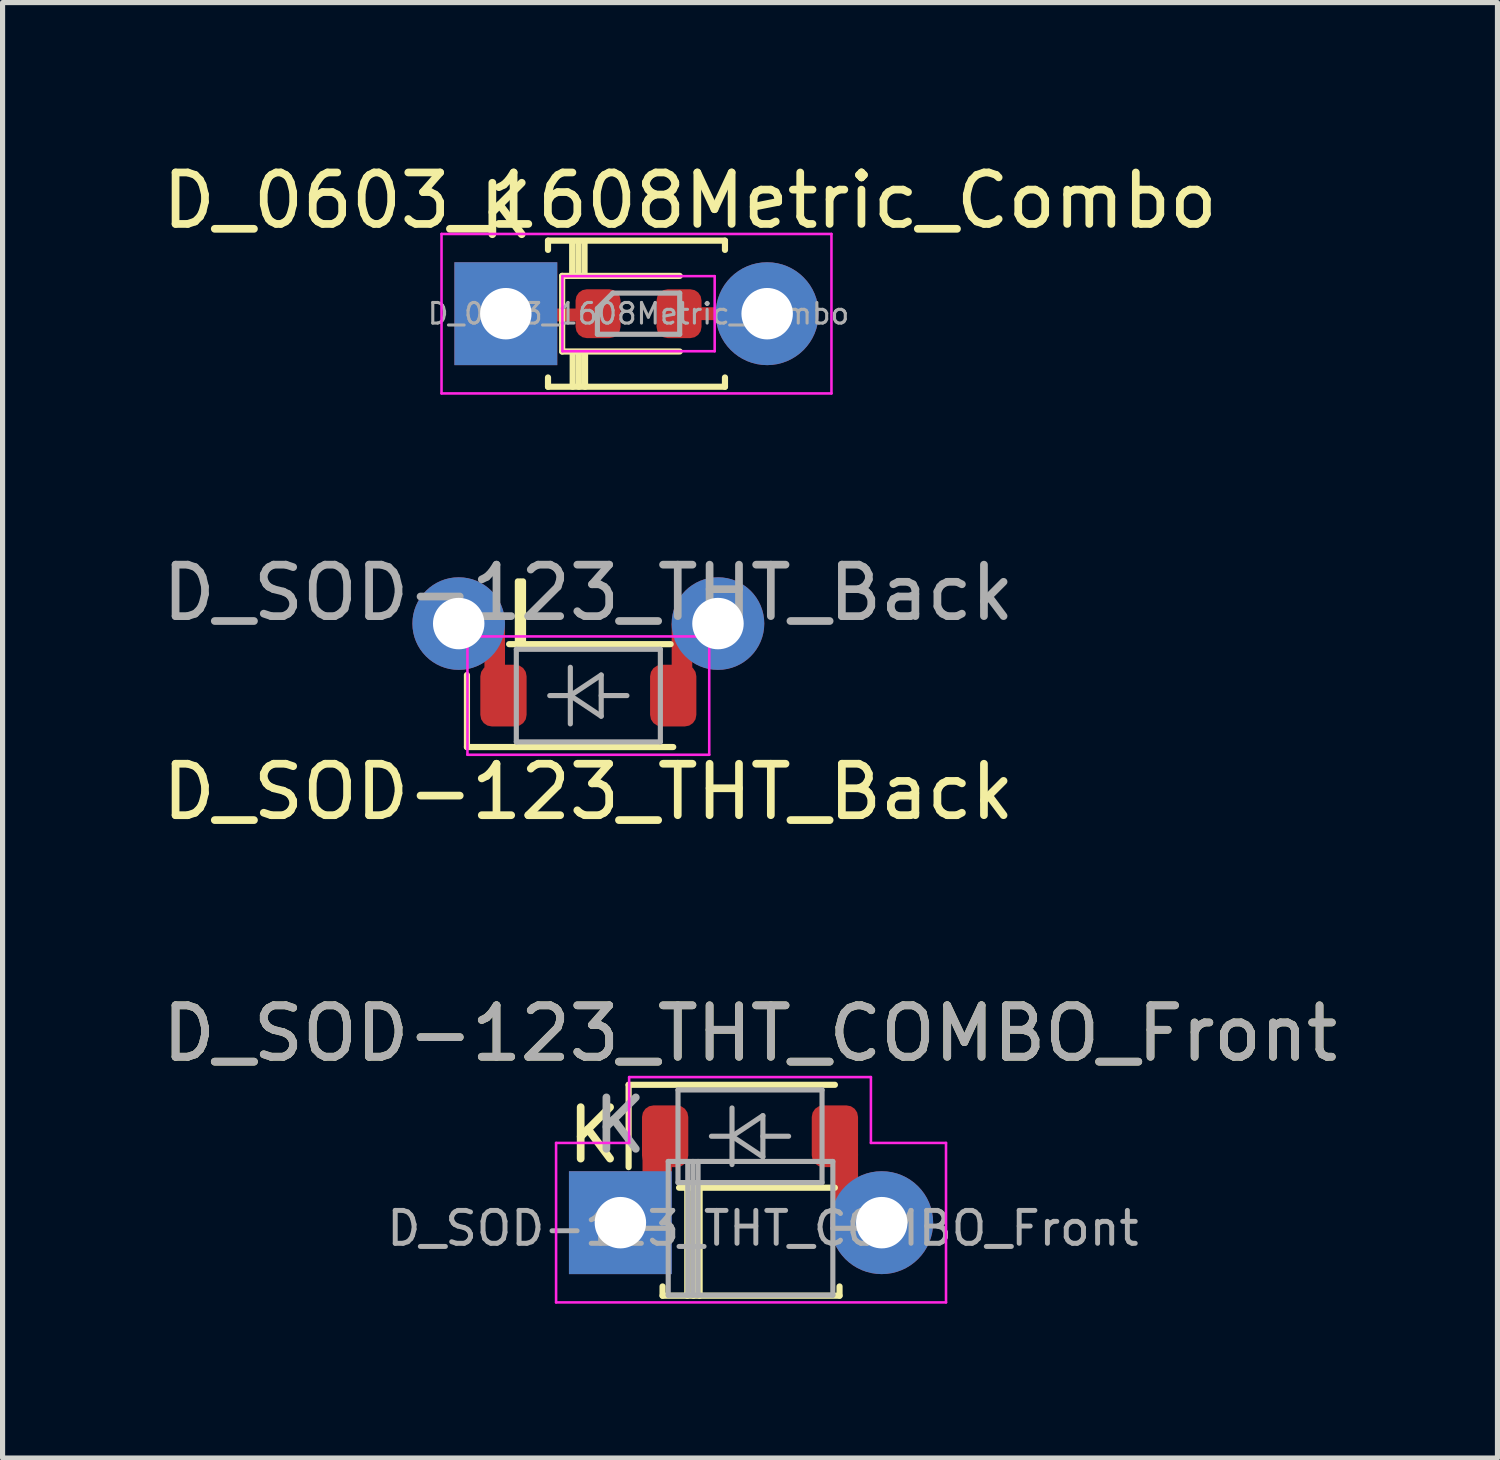
<source format=kicad_pcb>
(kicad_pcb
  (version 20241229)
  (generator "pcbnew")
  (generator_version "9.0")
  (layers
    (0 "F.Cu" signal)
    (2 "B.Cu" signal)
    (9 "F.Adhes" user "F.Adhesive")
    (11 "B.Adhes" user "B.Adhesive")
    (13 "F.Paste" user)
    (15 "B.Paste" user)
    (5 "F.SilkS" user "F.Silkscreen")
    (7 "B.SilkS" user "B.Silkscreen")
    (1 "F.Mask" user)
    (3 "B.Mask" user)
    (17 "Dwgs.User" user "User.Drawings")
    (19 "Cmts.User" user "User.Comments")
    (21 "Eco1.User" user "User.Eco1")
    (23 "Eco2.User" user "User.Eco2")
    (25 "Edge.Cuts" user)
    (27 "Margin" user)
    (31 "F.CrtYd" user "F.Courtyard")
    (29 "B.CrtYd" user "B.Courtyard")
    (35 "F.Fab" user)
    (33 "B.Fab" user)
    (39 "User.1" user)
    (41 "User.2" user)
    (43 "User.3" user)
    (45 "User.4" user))
  (footprint "D_0603_1608Metric_Combo"
    (layer "F.Cu")
    (at 9.363 3.048)
    (property "Reference" "D_0603_1608Metric_Combo" (at 1 -2.2 0) (layer "F.SilkS") (effects (font (size 1 1) (thickness 0.15))))
    (attr smd)
    (fp_line (start -1.76 -1.42) (end 1.68 -1.42) (stroke (width 0.12) (type solid)) (layer "F.SilkS"))
    (fp_line (start -1.76 -1.24) (end -1.76 -1.42) (stroke (width 0.12) (type solid)) (layer "F.SilkS"))
    (fp_line (start -1.76 1.24) (end -1.76 1.42) (stroke (width 0.12) (type solid)) (layer "F.SilkS"))
    (fp_line (start -1.76 1.42) (end 1.68 1.42) (stroke (width 0.12) (type solid)) (layer "F.SilkS"))
    (fp_line (start -1.485 -0.735) (end -1.485 0.735) (stroke (width 0.12) (type solid)) (layer "F.SilkS"))
    (fp_line (start -1.485 0.735) (end 0.8 0.735) (stroke (width 0.12) (type solid)) (layer "F.SilkS"))
    (fp_line (start -1.29 -1.4) (end -1.29 -0.765) (stroke (width 0.12) (type solid)) (layer "F.SilkS"))
    (fp_line (start -1.28 0.75) (end -1.28 1.42) (stroke (width 0.12) (type solid)) (layer "F.SilkS"))
    (fp_line (start -1.17 -1.4) (end -1.17 -0.765) (stroke (width 0.12) (type solid)) (layer "F.SilkS"))
    (fp_line (start -1.16 0.75) (end -1.16 1.42) (stroke (width 0.12) (type solid)) (layer "F.SilkS"))
    (fp_line (start -1.05 -1.4) (end -1.05 -0.765) (stroke (width 0.12) (type solid)) (layer "F.SilkS"))
    (fp_line (start -1.04 0.75) (end -1.04 1.42) (stroke (width 0.12) (type solid)) (layer "F.SilkS"))
    (fp_line (start 0.8 -0.735) (end -1.485 -0.735) (stroke (width 0.12) (type solid)) (layer "F.SilkS"))
    (fp_line (start 1.68 -1.42) (end 1.68 -1.24) (stroke (width 0.12) (type solid)) (layer "F.SilkS"))
    (fp_line (start 1.68 1.42) (end 1.68 1.24) (stroke (width 0.12) (type solid)) (layer "F.SilkS"))
    (fp_line (start -3.83 -1.55) (end -3.83 1.55) (stroke (width 0.05) (type solid)) (layer "F.CrtYd"))
    (fp_line (start -3.83 1.55) (end 3.75 1.55) (stroke (width 0.05) (type solid)) (layer "F.CrtYd"))
    (fp_line (start -1.48 -0.73) (end 1.48 -0.73) (stroke (width 0.05) (type solid)) (layer "F.CrtYd"))
    (fp_line (start -1.48 0.73) (end -1.48 -0.73) (stroke (width 0.05) (type solid)) (layer "F.CrtYd"))
    (fp_line (start 1.48 -0.73) (end 1.48 0.73) (stroke (width 0.05) (type solid)) (layer "F.CrtYd"))
    (fp_line (start 1.48 0.73) (end -1.48 0.73) (stroke (width 0.05) (type solid)) (layer "F.CrtYd"))
    (fp_line (start 3.75 -1.55) (end -3.83 -1.55) (stroke (width 0.05) (type solid)) (layer "F.CrtYd"))
    (fp_line (start 3.75 1.55) (end 3.75 -1.55) (stroke (width 0.05) (type solid)) (layer "F.CrtYd"))
    (fp_line (start -0.8 -0.1) (end -0.8 0.4) (stroke (width 0.1) (type solid)) (layer "F.Fab"))
    (fp_line (start -0.8 0.4) (end 0.8 0.4) (stroke (width 0.1) (type solid)) (layer "F.Fab"))
    (fp_line (start -0.5 -0.4) (end -0.8 -0.1) (stroke (width 0.1) (type solid)) (layer "F.Fab"))
    (fp_line (start 0.8 -0.4) (end -0.5 -0.4) (stroke (width 0.1) (type solid)) (layer "F.Fab"))
    (fp_line (start 0.8 0.4) (end 0.8 -0.4) (stroke (width 0.1) (type solid)) (layer "F.Fab"))
    (fp_text user "K" (at -2.58 -2 0) (layer "F.SilkS") (effects (font (size 1 1) (thickness 0.15))))
    (fp_text user "${REFERENCE}" (at 0 0 0) (layer "F.Fab") (effects (font (size 0.4 0.4) (thickness 0.06))))
    (pad "1" thru_hole rect (at -2.58 0) (size 2 2) (drill 1) (layers "*.Cu" "*.Mask"))
    (pad "1" smd rect (at -1.58 0.025) (size 1 0.25) (layers "F.Cu" "F.Mask" "F.Paste"))
    (pad "1" smd roundrect (at -0.787 0) (size 0.875 0.95) (layers "F.Cu" "F.Mask" "F.Paste") (roundrect_rratio 0.25))
    (pad "2" smd roundrect (at 0.787 0) (size 0.875 0.95) (layers "F.Cu" "F.Mask" "F.Paste") (roundrect_rratio 0.25))
    (pad "2" smd rect (at 1.5 0) (size 1 0.25) (layers "F.Cu" "F.Mask" "F.Paste"))
    (pad "2" thru_hole oval (at 2.5 0) (size 2 2) (drill 1) (layers "*.Cu" "*.Mask")))
  (footprint "D_SOD-123_THT_COMBO_Front"
    (layer "F.Cu")
    (at 11.53 19.038)
    (property "Reference" "D_SOD-123_THT_COMBO_Front" (at 0 -2 0) (layer "F.SilkS") (effects (font (size 1 1) (thickness 0.15))))
    (attr smd)
    (fp_line (start -2.36 -1) (end -2.36 0.6) (stroke (width 0.12) (type solid)) (layer "F.SilkS"))
    (fp_line (start -2.36 -1) (end 1.65 -1) (stroke (width 0.12) (type solid)) (layer "F.SilkS"))
    (fp_line (start -1.7 2.92) (end -1.7 3.1) (stroke (width 0.12) (type solid)) (layer "F.SilkS"))
    (fp_line (start -1.7 3.1) (end 1.74 3.1) (stroke (width 0.12) (type solid)) (layer "F.SilkS"))
    (fp_line (start -1.38 1) (end 1.65 1) (stroke (width 0.12) (type solid)) (layer "F.SilkS"))
    (fp_line (start -1.22 1) (end -1.22 3.1) (stroke (width 0.12) (type solid)) (layer "F.SilkS"))
    (fp_line (start -1.1 1) (end -1.1 3.1) (stroke (width 0.12) (type solid)) (layer "F.SilkS"))
    (fp_line (start -0.98 1) (end -0.98 3.1) (stroke (width 0.12) (type solid)) (layer "F.SilkS"))
    (fp_line (start 1.74 3.1) (end 1.74 2.92) (stroke (width 0.12) (type solid)) (layer "F.SilkS"))
    (fp_line (start -3.77 0.13) (end -3.77 3.23) (stroke (width 0.05) (type solid)) (layer "F.CrtYd"))
    (fp_line (start -3.77 3.23) (end 3.81 3.23) (stroke (width 0.05) (type solid)) (layer "F.CrtYd"))
    (fp_line (start -2.35 -1.15) (end -2.35 0.13) (stroke (width 0.05) (type solid)) (layer "F.CrtYd"))
    (fp_line (start -2.35 -1.15) (end 2.35 -1.15) (stroke (width 0.05) (type solid)) (layer "F.CrtYd"))
    (fp_line (start -2.35 0.13) (end -3.77 0.13) (stroke (width 0.05) (type solid)) (layer "F.CrtYd"))
    (fp_line (start 2.35 -1.15) (end 2.35 0.13) (stroke (width 0.05) (type solid)) (layer "F.CrtYd"))
    (fp_line (start 3.81 0.13) (end 2.35 0.13) (stroke (width 0.05) (type solid)) (layer "F.CrtYd"))
    (fp_line (start 3.81 3.23) (end 3.81 0.13) (stroke (width 0.05) (type solid)) (layer "F.CrtYd"))
    (fp_line (start -2.53 1.79) (end -1.59 1.79) (stroke (width 0.1) (type solid)) (layer "F.Fab"))
    (fp_line (start -1.59 0.49) (end -1.59 3.09) (stroke (width 0.1) (type solid)) (layer "F.Fab"))
    (fp_line (start -1.59 3.09) (end 1.61 3.09) (stroke (width 0.1) (type solid)) (layer "F.Fab"))
    (fp_line (start -1.4 -0.9) (end 1.4 -0.9) (stroke (width 0.1) (type solid)) (layer "F.Fab"))
    (fp_line (start -1.4 0.9) (end -1.4 -0.9) (stroke (width 0.1) (type solid)) (layer "F.Fab"))
    (fp_line (start -1.21 0.49) (end -1.21 3.09) (stroke (width 0.1) (type solid)) (layer "F.Fab"))
    (fp_line (start -1.11 0.49) (end -1.11 3.09) (stroke (width 0.1) (type solid)) (layer "F.Fab"))
    (fp_line (start -1.01 0.49) (end -1.01 3.09) (stroke (width 0.1) (type solid)) (layer "F.Fab"))
    (fp_line (start -0.75 0) (end -0.35 0) (stroke (width 0.1) (type solid)) (layer "F.Fab"))
    (fp_line (start -0.35 0) (end -0.35 -0.55) (stroke (width 0.1) (type solid)) (layer "F.Fab"))
    (fp_line (start -0.35 0) (end -0.35 0.55) (stroke (width 0.1) (type solid)) (layer "F.Fab"))
    (fp_line (start -0.35 0) (end 0.25 -0.4) (stroke (width 0.1) (type solid)) (layer "F.Fab"))
    (fp_line (start 0.25 -0.4) (end 0.25 0.4) (stroke (width 0.1) (type solid)) (layer "F.Fab"))
    (fp_line (start 0.25 0) (end 0.75 0) (stroke (width 0.1) (type solid)) (layer "F.Fab"))
    (fp_line (start 0.25 0.4) (end -0.35 0) (stroke (width 0.1) (type solid)) (layer "F.Fab"))
    (fp_line (start 1.4 -0.9) (end 1.4 0.9) (stroke (width 0.1) (type solid)) (layer "F.Fab"))
    (fp_line (start 1.4 0.9) (end -1.4 0.9) (stroke (width 0.1) (type solid)) (layer "F.Fab"))
    (fp_line (start 1.61 0.49) (end -1.59 0.49) (stroke (width 0.1) (type solid)) (layer "F.Fab"))
    (fp_line (start 1.61 3.09) (end 1.61 0.49) (stroke (width 0.1) (type solid)) (layer "F.Fab"))
    (fp_line (start 2.55 1.79) (end 1.61 1.79) (stroke (width 0.1) (type solid)) (layer "F.Fab"))
    (fp_text user "K" (at -3.03 -0.02 0) (layer "F.SilkS") (effects (font (size 1 1) (thickness 0.15))))
    (fp_text user "${REFERENCE}" (at 0 -2 0) (layer "F.Fab") (effects (font (size 1 1) (thickness 0.15))))
    (fp_text user "K" (at -2.53 -0.21 0) (layer "F.Fab") (effects (font (size 1 1) (thickness 0.15))))
    (fp_text user "${REFERENCE}" (at 0.25 1.79 0) (layer "F.Fab") (effects (font (size 0.64 0.64) (thickness 0.096))))
    (pad "1" thru_hole rect (at -2.52 1.68) (size 2 2) (drill 1) (layers "*.Cu" "*.Mask"))
    (pad "1" smd roundrect (at -1.805 0.765) (size 0.57 1.17) (layers "F.Cu") (roundrect_rratio 0.25))
    (pad "1" smd roundrect (at -1.65 0) (size 0.9 1.2) (layers "F.Cu" "F.Mask" "F.Paste") (roundrect_rratio 0.25))
    (pad "2" smd roundrect (at 1.65 0) (size 0.9 1.2) (layers "F.Cu" "F.Mask" "F.Paste") (roundrect_rratio 0.25))
    (pad "2" smd roundrect (at 1.87 0.83) (size 0.46 1.2) (layers "F.Cu") (roundrect_rratio 0.25))
    (pad "2" thru_hole oval (at 2.56 1.68) (size 2 2) (drill 1) (layers "*.Cu" "*.Mask")))
  (footprint "D_SOD-123_THT_Back"
    (layer "F.Cu")
    (at 8.387 10.472)
    (property "Reference" "D_SOD-123_THT_Back" (at 0 1.87 180) (layer "F.SilkS") (effects (font (size 1 1) (thickness 0.15))))
    (attr smd)
    (fp_line (start -2.36 -0.4) (end -2.36 1) (stroke (width 0.12) (type solid)) (layer "F.SilkS"))
    (fp_line (start -2.36 1) (end 1.65 1) (stroke (width 0.12) (type solid)) (layer "F.SilkS"))
    (fp_line (start -1.54 -1) (end 1.6 -1) (stroke (width 0.12) (type solid)) (layer "F.SilkS"))
    (fp_line (start -1.37 -2.22) (end -1.37 -1.005) (stroke (width 0.12) (type solid)) (layer "F.SilkS"))
    (fp_line (start -1.32 -2.22) (end -1.32 -1.005) (stroke (width 0.12) (type solid)) (layer "F.SilkS"))
    (fp_line (start -1.27 -2.22) (end -1.27 -1.005) (stroke (width 0.12) (type solid)) (layer "F.SilkS"))
    (fp_line (start -2.35 -1.15) (end -2.35 1.15) (stroke (width 0.05) (type solid)) (layer "F.CrtYd"))
    (fp_line (start -2.35 -1.15) (end 2.35 -1.15) (stroke (width 0.05) (type solid)) (layer "F.CrtYd"))
    (fp_line (start 2.35 -1.15) (end 2.35 1.15) (stroke (width 0.05) (type solid)) (layer "F.CrtYd"))
    (fp_line (start 2.35 1.15) (end -2.35 1.15) (stroke (width 0.05) (type solid)) (layer "F.CrtYd"))
    (fp_line (start -1.4 -0.9) (end 1.4 -0.9) (stroke (width 0.1) (type solid)) (layer "F.Fab"))
    (fp_line (start -1.4 0.9) (end -1.4 -0.9) (stroke (width 0.1) (type solid)) (layer "F.Fab"))
    (fp_line (start -0.75 0) (end -0.35 0) (stroke (width 0.1) (type solid)) (layer "F.Fab"))
    (fp_line (start -0.35 0) (end -0.35 -0.55) (stroke (width 0.1) (type solid)) (layer "F.Fab"))
    (fp_line (start -0.35 0) (end -0.35 0.55) (stroke (width 0.1) (type solid)) (layer "F.Fab"))
    (fp_line (start -0.35 0) (end 0.25 -0.4) (stroke (width 0.1) (type solid)) (layer "F.Fab"))
    (fp_line (start 0.25 -0.4) (end 0.25 0.4) (stroke (width 0.1) (type solid)) (layer "F.Fab"))
    (fp_line (start 0.25 0) (end 0.75 0) (stroke (width 0.1) (type solid)) (layer "F.Fab"))
    (fp_line (start 0.25 0.4) (end -0.35 0) (stroke (width 0.1) (type solid)) (layer "F.Fab"))
    (fp_line (start 1.4 -0.9) (end 1.4 0.9) (stroke (width 0.1) (type solid)) (layer "F.Fab"))
    (fp_line (start 1.4 0.9) (end -1.4 0.9) (stroke (width 0.1) (type solid)) (layer "F.Fab"))
    (fp_text user "${REFERENCE}" (at 0 -2 0) (layer "F.Fab") (effects (font (size 1 1) (thickness 0.15))))
    (pad "1" thru_hole circle (at -2.52 -1.4) (size 1.8 1.8) (drill 1) (layers "*.Cu" "*.Mask"))
    (pad "1" smd rect (at -1.82 -0.76) (size 0.4 1.28) (layers "F.Cu"))
    (pad "1" smd roundrect (at -1.65 0) (size 0.9 1.2) (layers "F.Cu" "F.Mask" "F.Paste") (roundrect_rratio 0.25))
    (pad "2" smd roundrect (at 1.65 0) (size 0.9 1.2) (layers "F.Cu" "F.Mask" "F.Paste") (roundrect_rratio 0.25))
    (pad "2" smd rect (at 1.82 -0.85) (size 0.4 1.1) (layers "F.Cu"))
    (pad "2" thru_hole circle (at 2.52 -1.4) (size 1.8 1.8) (drill 1) (layers "*.Cu" "*.Mask")))
  (gr_rect
    (start -3 -3)
    (end 26.06 25.293)
    (stroke (width 0.1) (type default))
    (fill no)
    (layer "Edge.Cuts")))
</source>
